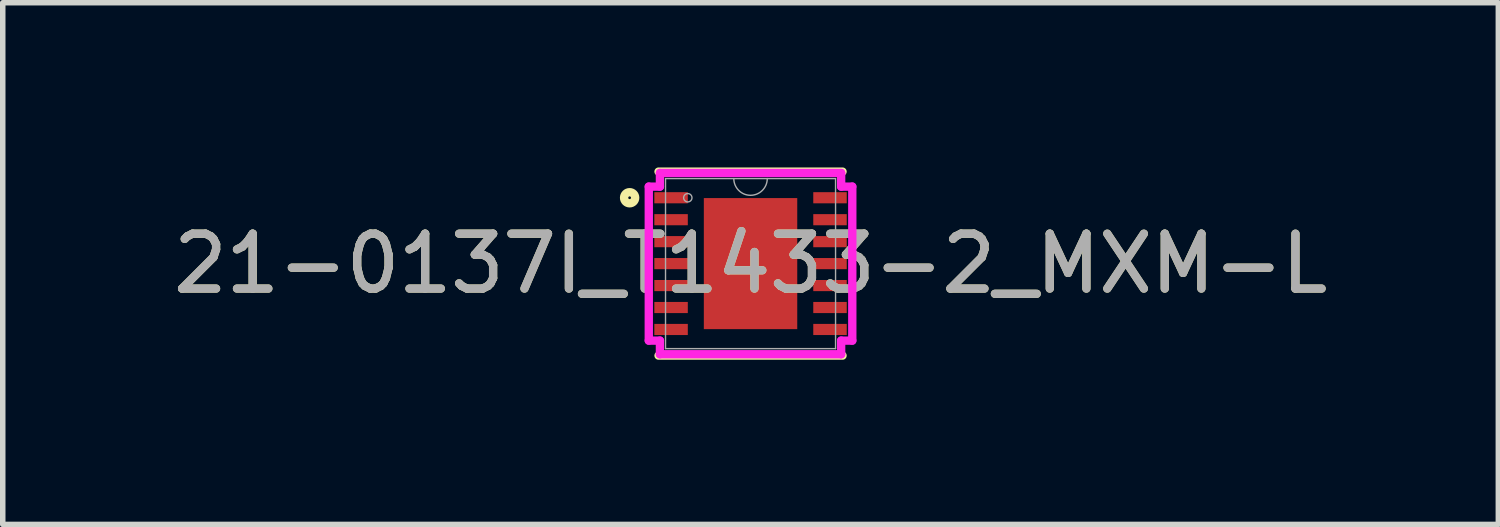
<source format=kicad_pcb>
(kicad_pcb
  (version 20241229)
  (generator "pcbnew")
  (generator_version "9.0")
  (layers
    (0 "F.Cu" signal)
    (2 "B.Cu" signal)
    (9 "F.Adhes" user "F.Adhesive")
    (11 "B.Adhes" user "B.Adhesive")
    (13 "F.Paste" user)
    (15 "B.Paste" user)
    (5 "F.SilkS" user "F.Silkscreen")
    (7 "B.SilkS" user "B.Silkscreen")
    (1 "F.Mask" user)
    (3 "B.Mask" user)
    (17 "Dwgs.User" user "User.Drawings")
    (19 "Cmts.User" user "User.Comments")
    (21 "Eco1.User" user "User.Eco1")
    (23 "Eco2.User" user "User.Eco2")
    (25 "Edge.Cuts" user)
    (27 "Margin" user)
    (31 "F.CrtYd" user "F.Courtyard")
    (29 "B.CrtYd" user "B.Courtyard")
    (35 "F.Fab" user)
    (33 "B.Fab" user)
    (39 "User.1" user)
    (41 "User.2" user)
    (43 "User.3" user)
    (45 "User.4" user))
  (footprint "21-0137I_T1433-2_MXM-L"
    (layer "F.Cu")
    (at 10.625 1.753)
    (property "Reference" "21-0137I_T1433-2_MXM-L" (at 0 0 0) (unlocked yes) (layer "F.SilkS") (effects (font (size 1 1) (thickness 0.15))))
    (attr smd)
    (fp_line (start -1.676 1.676) (end 1.676 1.676) (stroke (width 0.152) (type solid)) (layer "F.SilkS"))
    (fp_line (start 1.676 -1.676) (end -1.676 -1.676) (stroke (width 0.152) (type solid)) (layer "F.SilkS"))
    (fp_circle (center -2.203 -1.2) (end -2.102 -1.2) (stroke (width 0.152) (type solid)) (fill no) (layer "F.SilkS"))
    (fp_line (start -1.854 -1.403) (end -1.651 -1.403) (stroke (width 0.152) (type solid)) (layer "F.CrtYd"))
    (fp_line (start -1.854 1.403) (end -1.854 -1.403) (stroke (width 0.152) (type solid)) (layer "F.CrtYd"))
    (fp_line (start -1.854 1.403) (end -1.651 1.403) (stroke (width 0.152) (type solid)) (layer "F.CrtYd"))
    (fp_line (start -1.651 -1.651) (end 1.651 -1.651) (stroke (width 0.152) (type solid)) (layer "F.CrtYd"))
    (fp_line (start -1.651 -1.403) (end -1.651 -1.651) (stroke (width 0.152) (type solid)) (layer "F.CrtYd"))
    (fp_line (start -1.651 1.651) (end -1.651 1.403) (stroke (width 0.152) (type solid)) (layer "F.CrtYd"))
    (fp_line (start 1.651 -1.651) (end 1.651 -1.403) (stroke (width 0.152) (type solid)) (layer "F.CrtYd"))
    (fp_line (start 1.651 1.403) (end 1.651 1.651) (stroke (width 0.152) (type solid)) (layer "F.CrtYd"))
    (fp_line (start 1.651 1.651) (end -1.651 1.651) (stroke (width 0.152) (type solid)) (layer "F.CrtYd"))
    (fp_line (start 1.854 -1.403) (end 1.651 -1.403) (stroke (width 0.152) (type solid)) (layer "F.CrtYd"))
    (fp_line (start 1.854 -1.403) (end 1.854 1.403) (stroke (width 0.152) (type solid)) (layer "F.CrtYd"))
    (fp_line (start 1.854 1.403) (end 1.651 1.403) (stroke (width 0.152) (type solid)) (layer "F.CrtYd"))
    (fp_line (start -1.549 -1.549) (end -1.549 1.549) (stroke (width 0.025) (type solid)) (layer "F.Fab"))
    (fp_line (start -1.549 1.549) (end 1.549 1.549) (stroke (width 0.025) (type solid)) (layer "F.Fab"))
    (fp_line (start 1.549 -1.549) (end -1.549 -1.549) (stroke (width 0.025) (type solid)) (layer "F.Fab"))
    (fp_line (start 1.549 1.549) (end 1.549 -1.549) (stroke (width 0.025) (type solid)) (layer "F.Fab"))
    (fp_arc (start 0.3048 -1.5494) (mid 0 -1.2446) (end -0.3048 -1.5494) (stroke (width 0.0254) (type solid)) (layer "F.Fab"))
    (fp_circle (center -1.143 -1.2) (end -1.067 -1.2) (stroke (width 0.025) (type solid)) (fill no) (layer "F.Fab"))
    (fp_text user "${REFERENCE}" (at 0 0 0) (unlocked yes) (layer "F.Fab") (effects (font (size 1 1) (thickness 0.15))))
    (pad "1" smd rect (at -1.448 -1.2) (size 0.61 0.203) (layers "F.Cu" "F.Mask" "F.Paste"))
    (pad "2" smd rect (at -1.448 -0.8) (size 0.61 0.203) (layers "F.Cu" "F.Mask" "F.Paste"))
    (pad "3" smd rect (at -1.448 -0.4) (size 0.61 0.203) (layers "F.Cu" "F.Mask" "F.Paste"))
    (pad "4" smd rect (at -1.448 0) (size 0.61 0.203) (layers "F.Cu" "F.Mask" "F.Paste"))
    (pad "5" smd rect (at -1.448 0.4) (size 0.61 0.203) (layers "F.Cu" "F.Mask" "F.Paste"))
    (pad "6" smd rect (at -1.448 0.8) (size 0.61 0.203) (layers "F.Cu" "F.Mask" "F.Paste"))
    (pad "7" smd rect (at -1.448 1.2) (size 0.61 0.203) (layers "F.Cu" "F.Mask" "F.Paste"))
    (pad "8" smd rect (at 1.448 1.2) (size 0.61 0.203) (layers "F.Cu" "F.Mask" "F.Paste"))
    (pad "9" smd rect (at 1.448 0.8) (size 0.61 0.203) (layers "F.Cu" "F.Mask" "F.Paste"))
    (pad "10" smd rect (at 1.448 0.4) (size 0.61 0.203) (layers "F.Cu" "F.Mask" "F.Paste"))
    (pad "11" smd rect (at 1.448 0) (size 0.61 0.203) (layers "F.Cu" "F.Mask" "F.Paste"))
    (pad "12" smd rect (at 1.448 -0.4) (size 0.61 0.203) (layers "F.Cu" "F.Mask" "F.Paste"))
    (pad "13" smd rect (at 1.448 -0.8) (size 0.61 0.203) (layers "F.Cu" "F.Mask" "F.Paste"))
    (pad "14" smd rect (at 1.448 -1.2) (size 0.61 0.203) (layers "F.Cu" "F.Mask" "F.Paste"))
    (pad "15" smd rect (at 0 0) (size 1.702 2.388) (layers "F.Cu" "F.Mask" "F.Paste")))
  (gr_rect
    (start -3 -3)
    (end 24.25 6.505)
    (stroke (width 0.1) (type default))
    (fill no)
    (layer "Edge.Cuts")))
</source>
